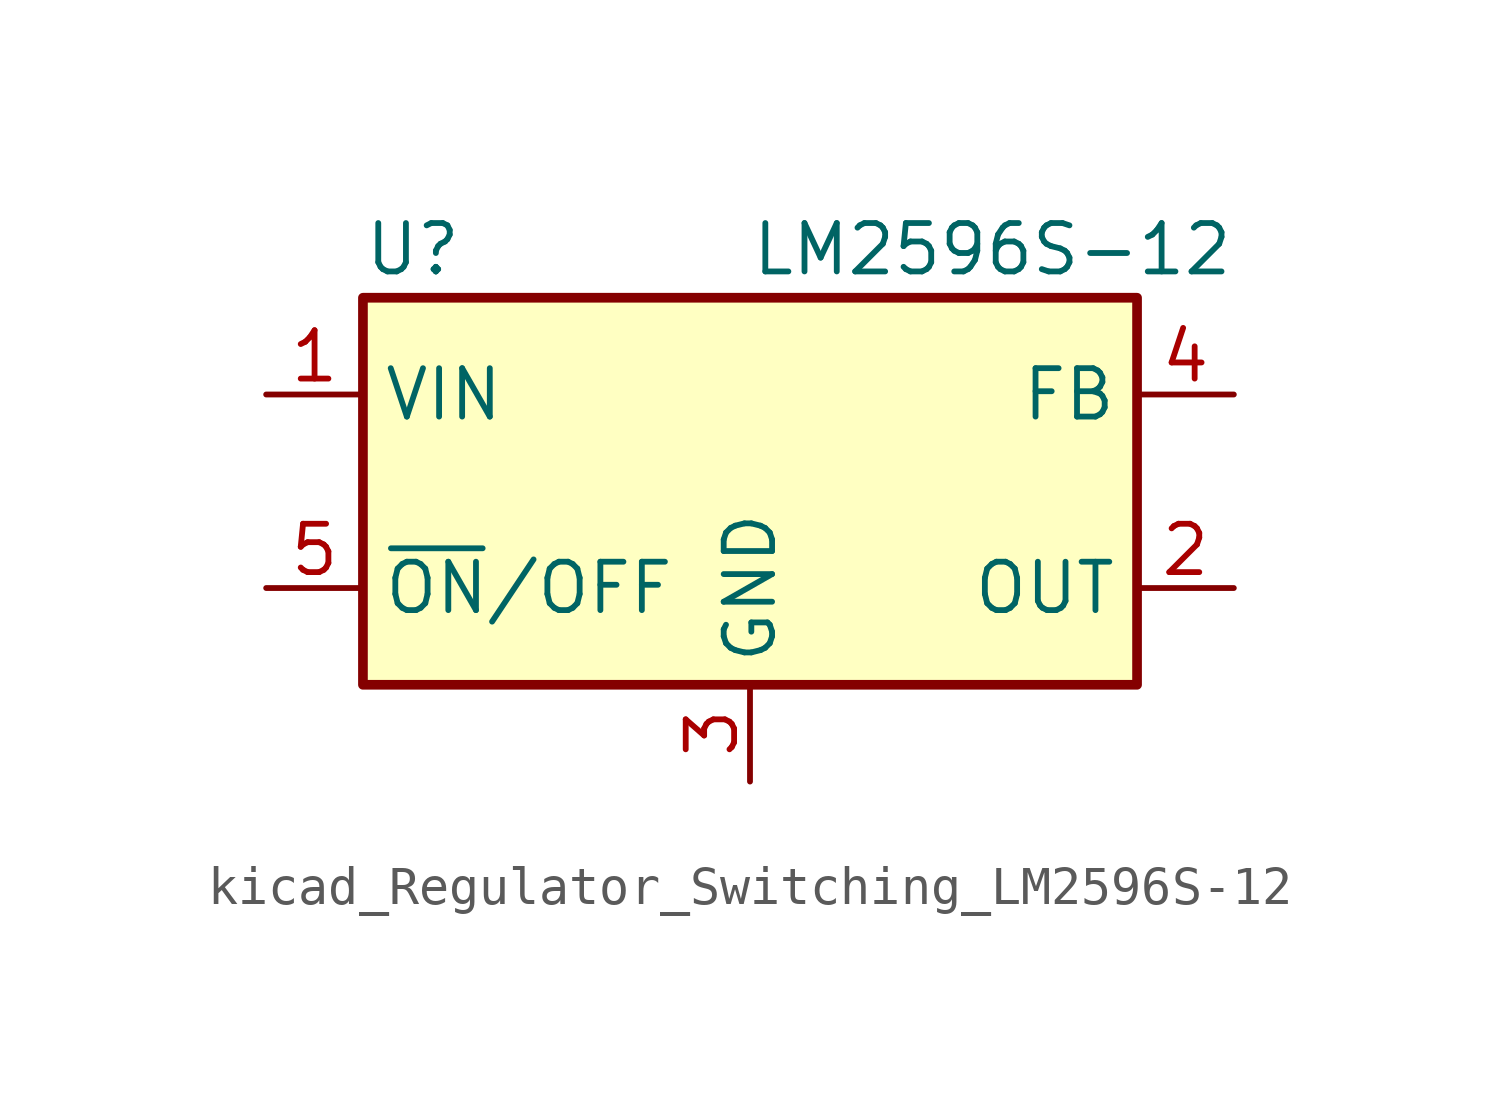
<source format=kicad_sym>
(kicad_symbol_lib
  (version 20220914)
  (generator kicad_symbol_editor)
  (symbol "kicad_Regulator_Switching_LM2596S-12"
    (property "Reference" "U"
      (at -10.16 6.35 0)
      (effects (font (size 1.27 1.27)) (justify left)))
    (property "Value" "LM2596S-12"
      (at 0 6.35 0)
      (effects (font (size 1.27 1.27)) (justify left)))
    (symbol "kicad_Regulator_Switching_LM2596S-12_0_1"
      (rectangle (start -10.16 5.08) (end 10.16 -5.08) (stroke (width 0.254) (type default)) (fill (type background))))
    (symbol "kicad_Regulator_Switching_LM2596S-12_1_1"
      (pin power_in line (at -12.7 2.54 0) (length 2.54) (name "VIN" (effects (font (size 1.27 1.27)))) (number "1" (effects (font (size 1.27 1.27)))))
      (pin output line (at 12.7 -2.54 180) (length 2.54) (name "OUT" (effects (font (size 1.27 1.27)))) (number "2" (effects (font (size 1.27 1.27)))))
      (pin power_in line (at 0 -7.62 90) (length 2.54) (name "GND" (effects (font (size 1.27 1.27)))) (number "3" (effects (font (size 1.27 1.27)))))
      (pin input line (at 12.7 2.54 180) (length 2.54) (name "FB" (effects (font (size 1.27 1.27)))) (number "4" (effects (font (size 1.27 1.27)))))
      (pin input line (at -12.7 -2.54 0) (length 2.54) (name "~{ON}/OFF" (effects (font (size 1.27 1.27)))) (number "5" (effects (font (size 1.27 1.27))))))))
</source>
